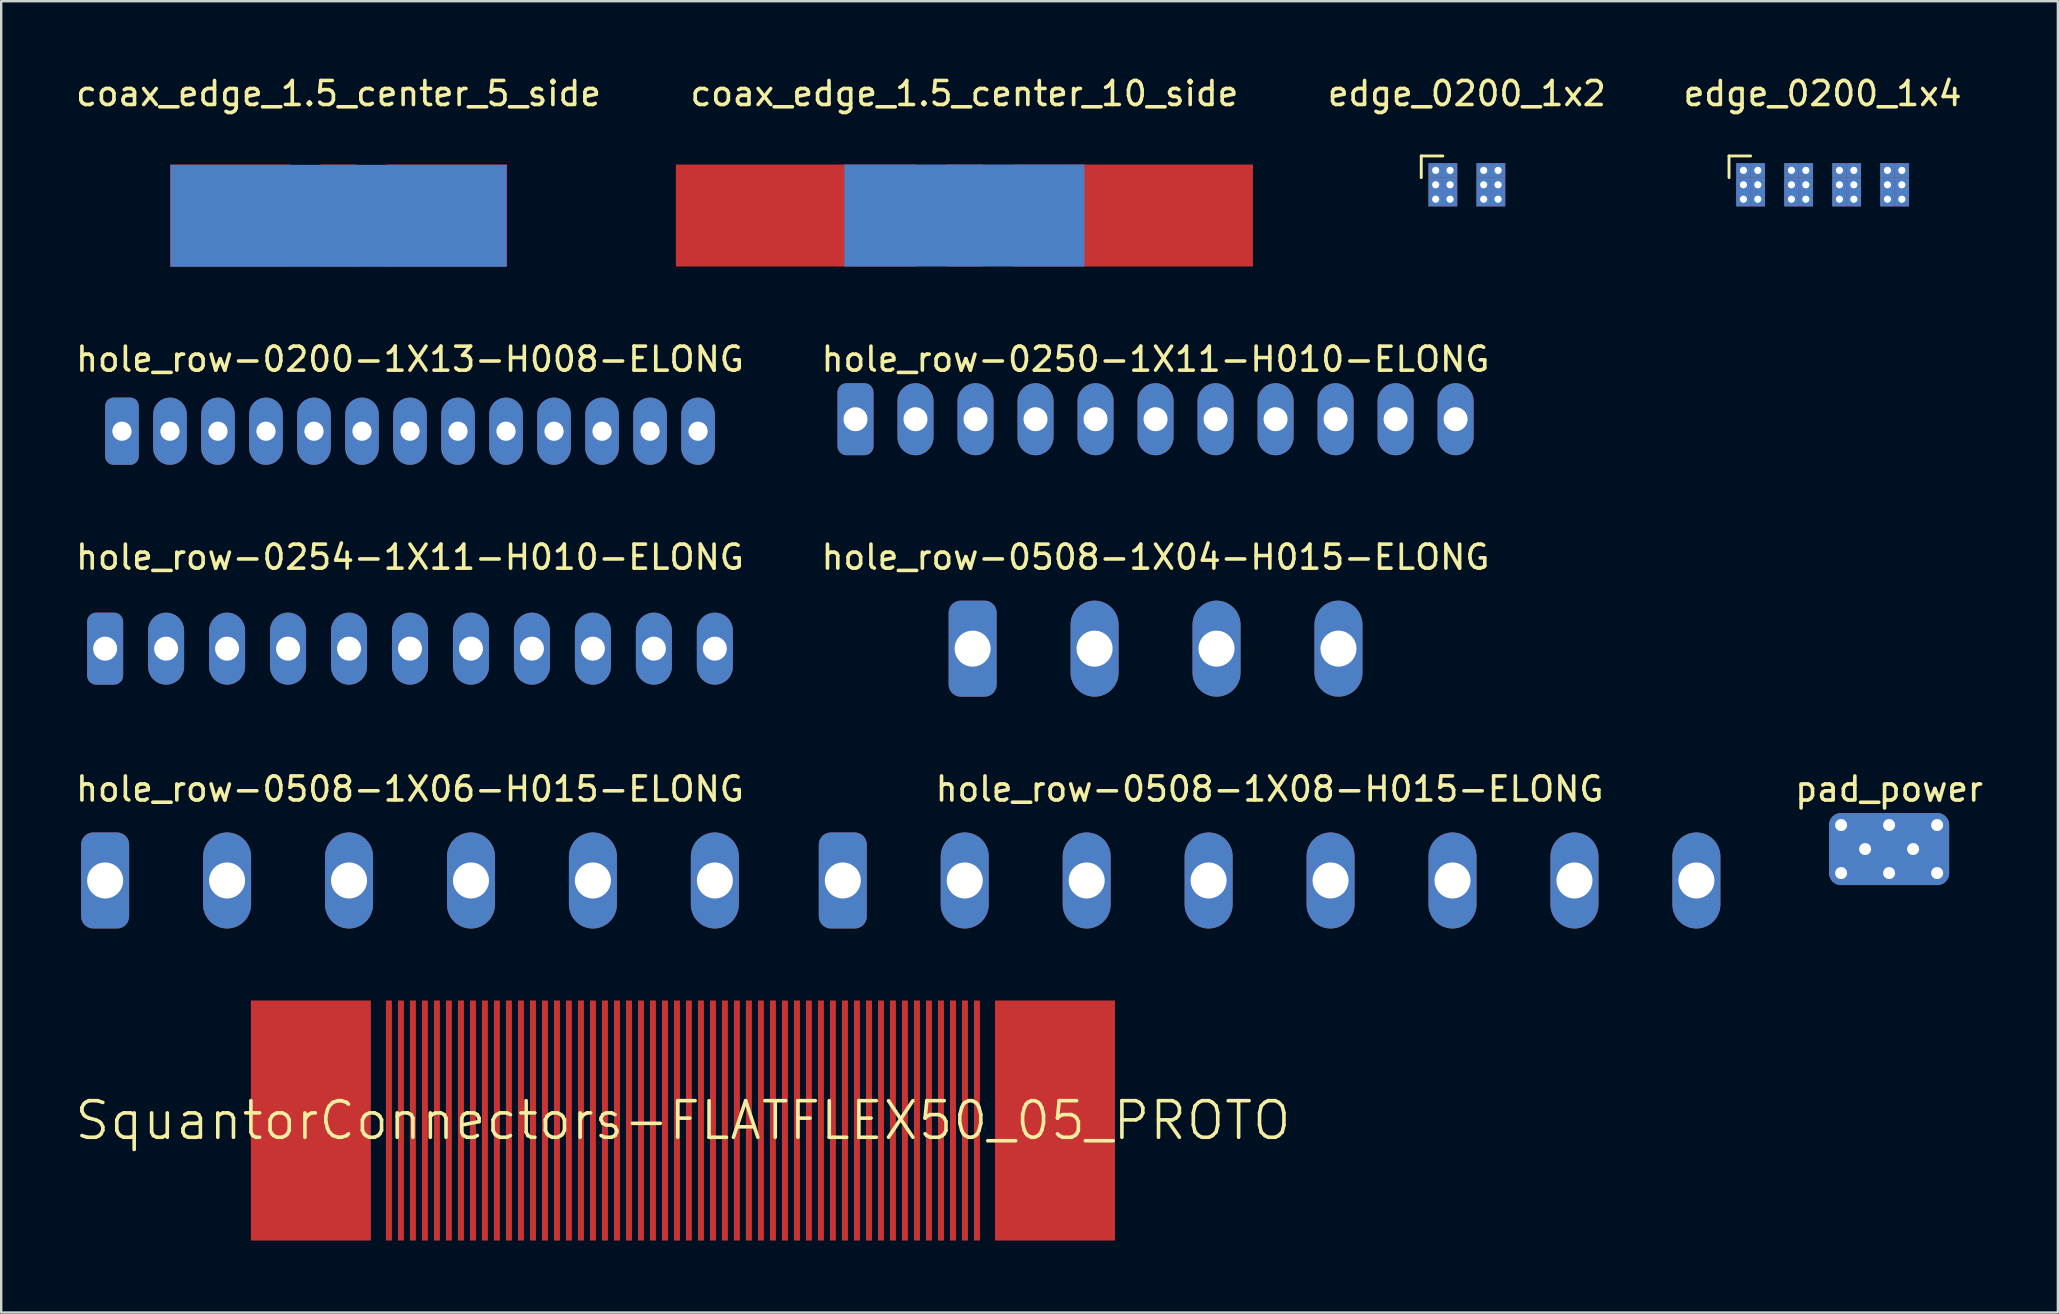
<source format=kicad_pcb>
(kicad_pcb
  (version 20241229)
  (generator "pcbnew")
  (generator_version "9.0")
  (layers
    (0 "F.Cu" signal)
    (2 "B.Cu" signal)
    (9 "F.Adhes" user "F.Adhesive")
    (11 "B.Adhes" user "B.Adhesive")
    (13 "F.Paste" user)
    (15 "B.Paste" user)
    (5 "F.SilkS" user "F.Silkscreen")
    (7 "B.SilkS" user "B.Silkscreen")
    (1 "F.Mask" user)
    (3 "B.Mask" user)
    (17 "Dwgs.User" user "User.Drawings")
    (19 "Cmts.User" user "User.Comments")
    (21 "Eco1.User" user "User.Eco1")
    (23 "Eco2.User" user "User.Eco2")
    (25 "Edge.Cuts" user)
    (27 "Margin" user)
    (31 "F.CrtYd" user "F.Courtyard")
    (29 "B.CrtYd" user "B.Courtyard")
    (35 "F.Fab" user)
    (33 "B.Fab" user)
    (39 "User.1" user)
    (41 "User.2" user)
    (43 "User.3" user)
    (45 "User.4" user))
  (footprint "hole_row-0250-1X11-H010-ELONG"
    (layer "F.Cu")
    (at 45.089 14.414)
    (property "Reference" "hole_row-0250-1X11-H010-ELONG" (at 0 -2.5 0) (layer "F.SilkS") (effects (font (size 1 1) (thickness 0.15))))
    (attr through_hole)
    (pad "1" thru_hole roundrect (at -12.5 0) (size 1.5 3) (drill 1) (layers "*.Cu" "*.Mask") (roundrect_rratio 0.25))
    (pad "2" thru_hole oval (at -10 0) (size 1.5 3) (drill 1) (layers "*.Cu" "*.Mask"))
    (pad "3" thru_hole oval (at -7.5 0) (size 1.5 3) (drill 1) (layers "*.Cu" "*.Mask"))
    (pad "4" thru_hole oval (at -5 0) (size 1.5 3) (drill 1) (layers "*.Cu" "*.Mask"))
    (pad "5" thru_hole oval (at -2.5 0) (size 1.5 3) (drill 1) (layers "*.Cu" "*.Mask"))
    (pad "6" thru_hole oval (at 0 0) (size 1.5 3) (drill 1) (layers "*.Cu" "*.Mask"))
    (pad "7" thru_hole oval (at 2.5 0) (size 1.5 3) (drill 1) (layers "*.Cu" "*.Mask"))
    (pad "8" thru_hole oval (at 5 0) (size 1.5 3) (drill 1) (layers "*.Cu" "*.Mask"))
    (pad "9" thru_hole oval (at 7.5 0) (size 1.5 3) (drill 1) (layers "*.Cu" "*.Mask"))
    (pad "10" thru_hole oval (at 10 0) (size 1.5 3) (drill 1) (layers "*.Cu" "*.Mask"))
    (pad "11" thru_hole oval (at 12.5 0) (size 1.5 3) (drill 1) (layers "*.Cu" "*.Mask")))
  (footprint "hole_row-0254-1X11-H010-ELONG"
    (layer "F.Cu")
    (at 14.03 23.972)
    (property "Reference" "hole_row-0254-1X11-H010-ELONG" (at 0 -3.81 0) (layer "F.SilkS") (effects (font (size 1 1) (thickness 0.15))))
    (attr through_hole)
    (pad "1" thru_hole roundrect (at -12.7 0) (size 1.5 3) (drill 1) (layers "*.Cu" "*.Mask") (roundrect_rratio 0.25))
    (pad "2" thru_hole oval (at -10.16 0) (size 1.5 3) (drill 1) (layers "*.Cu" "*.Mask"))
    (pad "3" thru_hole oval (at -7.62 0) (size 1.5 3) (drill 1) (layers "*.Cu" "*.Mask"))
    (pad "4" thru_hole oval (at -5.08 0) (size 1.5 3) (drill 1) (layers "*.Cu" "*.Mask"))
    (pad "5" thru_hole oval (at -2.54 0) (size 1.5 3) (drill 1) (layers "*.Cu" "*.Mask"))
    (pad "6" thru_hole oval (at 0 0) (size 1.5 3) (drill 1) (layers "*.Cu" "*.Mask"))
    (pad "7" thru_hole oval (at 2.54 0) (size 1.5 3) (drill 1) (layers "*.Cu" "*.Mask"))
    (pad "8" thru_hole oval (at 5.08 0) (size 1.5 3) (drill 1) (layers "*.Cu" "*.Mask"))
    (pad "9" thru_hole oval (at 7.62 0) (size 1.5 3) (drill 1) (layers "*.Cu" "*.Mask"))
    (pad "10" thru_hole oval (at 10.16 0) (size 1.5 3) (drill 1) (layers "*.Cu" "*.Mask"))
    (pad "11" thru_hole oval (at 12.7 0) (size 1.5 3) (drill 1) (layers "*.Cu" "*.Mask")))
  (footprint "coax_edge_1.5_center_10_side"
    (layer "F.Cu")
    (at 37.127 5.928)
    (property "Reference" "coax_edge_1.5_center_10_side" (at 0 -5.08 0) (layer "F.SilkS") (effects (font (size 1 1) (thickness 0.15))))
    (attr through_hole)
    (pad "1" smd rect (at -7.02 0) (size 10 4.25) (layers "F.Cu" "F.Mask" "F.Paste"))
    (pad "1" smd rect (at 0 0) (size 10 4.25) (layers "B.Cu" "B.Mask" "B.Paste"))
    (pad "1" smd rect (at 7.02 0) (size 10 4.25) (layers "F.Cu" "F.Mask" "F.Paste"))
    (pad "2" smd rect (at 0 0) (size 1.5 4.25) (layers "F.Cu" "F.Mask" "F.Paste")))
  (footprint "pad_power"
    (layer "F.Cu")
    (at 75.649 32.321)
    (property "Reference" "pad_power" (at 0 -2.5 0) (unlocked yes) (layer "F.SilkS") (effects (font (size 1 1) (thickness 0.15))))
    (attr smd)
    (pad "1" thru_hole circle (at -2 -1) (size 1 1) (drill 0.5) (layers "*.Cu" "*.Mask"))
    (pad "1" thru_hole circle (at -2 1) (size 1 1) (drill 0.5) (layers "*.Cu" "*.Mask"))
    (pad "1" thru_hole circle (at -1 0) (size 1 1) (drill 0.5) (layers "*.Cu" "*.Mask"))
    (pad "1" thru_hole circle (at 0 -1) (size 1 1) (drill 0.5) (layers "*.Cu" "*.Mask"))
    (pad "1" smd roundrect (at 0 0) (size 5 3) (layers "F.Cu" "F.Mask") (roundrect_rratio 0.167))
    (pad "1" smd roundrect (at 0 0) (size 5 3) (layers "B.Cu" "B.Mask") (roundrect_rratio 0.167))
    (pad "1" thru_hole circle (at 0 1) (size 1 1) (drill 0.5) (layers "*.Cu" "*.Mask"))
    (pad "1" thru_hole circle (at 1 0) (size 1 1) (drill 0.5) (layers "*.Cu" "*.Mask"))
    (pad "1" thru_hole circle (at 2 -1) (size 1 1) (drill 0.5) (layers "*.Cu" "*.Mask"))
    (pad "1" thru_hole circle (at 2 1) (size 1 1) (drill 0.5) (layers "*.Cu" "*.Mask")))
  (footprint "edge_0200_1x4"
    (layer "F.Cu")
    (at 72.879 4.648)
    (property "Reference" "edge_0200_1x4" (at 0 -3.8 0) (layer "F.SilkS") (effects (font (size 1 1) (thickness 0.15))))
    (attr through_hole)
    (fp_line (start -3.9 -1.2) (end -3 -1.2) (stroke (width 0.12) (type solid)) (layer "F.SilkS"))
    (fp_line (start -3.9 -0.3) (end -3.9 -1.2) (stroke (width 0.12) (type solid)) (layer "F.SilkS"))
    (pad "1" thru_hole rect (at -3.3 -0.6) (size 0.6 0.6) (drill 0.3) (layers "*.Cu" "*.Mask"))
    (pad "1" thru_hole rect (at -3.3 0) (size 0.6 0.6) (drill 0.3) (layers "*.Cu" "*.Mask"))
    (pad "1" thru_hole rect (at -3.3 0.6) (size 0.6 0.6) (drill 0.3) (layers "*.Cu" "*.Mask"))
    (pad "1" thru_hole rect (at -2.7 -0.6) (size 0.6 0.6) (drill 0.3) (layers "*.Cu" "*.Mask"))
    (pad "1" thru_hole rect (at -2.7 0) (size 0.6 0.6) (drill 0.3) (layers "*.Cu" "*.Mask"))
    (pad "1" thru_hole rect (at -2.7 0.6) (size 0.6 0.6) (drill 0.3) (layers "*.Cu" "*.Mask"))
    (pad "2" thru_hole rect (at -1.3 -0.6) (size 0.6 0.6) (drill 0.3) (layers "*.Cu" "*.Mask"))
    (pad "2" thru_hole rect (at -1.3 0) (size 0.6 0.6) (drill 0.3) (layers "*.Cu" "*.Mask"))
    (pad "2" thru_hole rect (at -1.3 0.6) (size 0.6 0.6) (drill 0.3) (layers "*.Cu" "*.Mask"))
    (pad "2" thru_hole rect (at -0.7 -0.6) (size 0.6 0.6) (drill 0.3) (layers "*.Cu" "*.Mask"))
    (pad "2" thru_hole rect (at -0.7 0) (size 0.6 0.6) (drill 0.3) (layers "*.Cu" "*.Mask"))
    (pad "2" thru_hole rect (at -0.7 0.6) (size 0.6 0.6) (drill 0.3) (layers "*.Cu" "*.Mask"))
    (pad "3" thru_hole rect (at 0.7 -0.6 90) (size 0.6 0.6) (drill 0.3) (layers "*.Cu" "*.Mask"))
    (pad "3" thru_hole rect (at 0.7 0) (size 0.6 0.6) (drill 0.3) (layers "*.Cu" "*.Mask"))
    (pad "3" thru_hole rect (at 0.7 0.6) (size 0.6 0.6) (drill 0.3) (layers "*.Cu" "*.Mask"))
    (pad "3" thru_hole rect (at 1.3 -0.6) (size 0.6 0.6) (drill 0.3) (layers "*.Cu" "*.Mask"))
    (pad "3" thru_hole rect (at 1.3 0) (size 0.6 0.6) (drill 0.3) (layers "*.Cu" "*.Mask"))
    (pad "3" thru_hole rect (at 1.3 0.6) (size 0.6 0.6) (drill 0.3) (layers "*.Cu" "*.Mask"))
    (pad "4" thru_hole rect (at 2.7 -0.6 90) (size 0.6 0.6) (drill 0.3) (layers "*.Cu" "*.Mask"))
    (pad "4" thru_hole rect (at 2.7 0) (size 0.6 0.6) (drill 0.3) (layers "*.Cu" "*.Mask"))
    (pad "4" thru_hole rect (at 2.7 0.6) (size 0.6 0.6) (drill 0.3) (layers "*.Cu" "*.Mask"))
    (pad "4" thru_hole rect (at 3.3 -0.6) (size 0.6 0.6) (drill 0.3) (layers "*.Cu" "*.Mask"))
    (pad "4" thru_hole rect (at 3.3 0) (size 0.6 0.6) (drill 0.3) (layers "*.Cu" "*.Mask"))
    (pad "4" thru_hole rect (at 3.3 0.6) (size 0.6 0.6) (drill 0.3) (layers "*.Cu" "*.Mask")))
  (footprint "hole_row-0200-1X13-H008-ELONG"
    (layer "F.Cu")
    (at 14.03 14.914)
    (property "Reference" "hole_row-0200-1X13-H008-ELONG" (at 0 -3 0) (layer "F.SilkS") (effects (font (size 1 1) (thickness 0.15))))
    (attr through_hole)
    (pad "1" thru_hole roundrect (at -12 0) (size 1.4 2.8) (drill 0.8) (layers "*.Cu" "*.Mask") (roundrect_rratio 0.25))
    (pad "2" thru_hole oval (at -10 0) (size 1.4 2.8) (drill 0.8) (layers "*.Cu" "*.Mask"))
    (pad "3" thru_hole oval (at -8 0) (size 1.4 2.8) (drill 0.8) (layers "*.Cu" "*.Mask"))
    (pad "4" thru_hole oval (at -6 0) (size 1.4 2.8) (drill 0.8) (layers "*.Cu" "*.Mask"))
    (pad "5" thru_hole oval (at -4 0) (size 1.4 2.8) (drill 0.8) (layers "*.Cu" "*.Mask"))
    (pad "6" thru_hole oval (at -2 0) (size 1.4 2.8) (drill 0.8) (layers "*.Cu" "*.Mask"))
    (pad "7" thru_hole oval (at 0 0) (size 1.4 2.8) (drill 0.8) (layers "*.Cu" "*.Mask"))
    (pad "8" thru_hole oval (at 2 0) (size 1.4 2.8) (drill 0.8) (layers "*.Cu" "*.Mask"))
    (pad "9" thru_hole oval (at 4 0) (size 1.4 2.8) (drill 0.8) (layers "*.Cu" "*.Mask"))
    (pad "10" thru_hole oval (at 6 0) (size 1.4 2.8) (drill 0.8) (layers "*.Cu" "*.Mask"))
    (pad "11" thru_hole oval (at 8 0) (size 1.4 2.8) (drill 0.8) (layers "*.Cu" "*.Mask"))
    (pad "12" thru_hole oval (at 10 0) (size 1.4 2.8) (drill 0.8) (layers "*.Cu" "*.Mask"))
    (pad "13" thru_hole oval (at 12 0) (size 1.4 2.8) (drill 0.8) (layers "*.Cu" "*.Mask")))
  (footprint "SquantorConnectors-FLATFLEX50_05_PROTO"
    (layer "F.Cu")
    (at 25.4 43.63)
    (property "Reference" "SquantorConnectors-FLATFLEX50_05_PROTO" (at 0 0 0) (layer "F.SilkS") (effects (font (size 1.524 1.524) (thickness 0.15))))
    (attr smd)
    (pad "1" smd rect (at -12.248 0 90) (size 10 0.249) (layers "F.Cu" "F.Mask" "F.Paste"))
    (pad "2" smd rect (at -11.748 0 90) (size 10 0.249) (layers "F.Cu" "F.Mask" "F.Paste"))
    (pad "3" smd rect (at -11.25 0 90) (size 10 0.249) (layers "F.Cu" "F.Mask" "F.Paste"))
    (pad "4" smd rect (at -10.749 0 90) (size 10 0.249) (layers "F.Cu" "F.Mask" "F.Paste"))
    (pad "5" smd rect (at -10.249 0 90) (size 10 0.249) (layers "F.Cu" "F.Mask" "F.Paste"))
    (pad "6" smd rect (at -9.749 0 90) (size 10 0.249) (layers "F.Cu" "F.Mask" "F.Paste"))
    (pad "7" smd rect (at -9.248 0 90) (size 10 0.249) (layers "F.Cu" "F.Mask" "F.Paste"))
    (pad "8" smd rect (at -8.748 0 90) (size 10 0.249) (layers "F.Cu" "F.Mask" "F.Paste"))
    (pad "9" smd rect (at -8.25 0 90) (size 10 0.249) (layers "F.Cu" "F.Mask" "F.Paste"))
    (pad "10" smd rect (at -7.75 0 90) (size 10 0.249) (layers "F.Cu" "F.Mask" "F.Paste"))
    (pad "11" smd rect (at -7.249 0 90) (size 10 0.249) (layers "F.Cu" "F.Mask" "F.Paste"))
    (pad "12" smd rect (at -6.749 0 90) (size 10 0.249) (layers "F.Cu" "F.Mask" "F.Paste"))
    (pad "13" smd rect (at -6.248 0 90) (size 10 0.249) (layers "F.Cu" "F.Mask" "F.Paste"))
    (pad "14" smd rect (at -5.748 0 90) (size 10 0.249) (layers "F.Cu" "F.Mask" "F.Paste"))
    (pad "15" smd rect (at -5.248 0 90) (size 10 0.249) (layers "F.Cu" "F.Mask" "F.Paste"))
    (pad "16" smd rect (at -4.75 0 90) (size 10 0.249) (layers "F.Cu" "F.Mask" "F.Paste"))
    (pad "17" smd rect (at -4.249 0 90) (size 10 0.249) (layers "F.Cu" "F.Mask" "F.Paste"))
    (pad "18" smd rect (at -3.749 0 90) (size 10 0.249) (layers "F.Cu" "F.Mask" "F.Paste"))
    (pad "19" smd rect (at -3.249 0 90) (size 10 0.249) (layers "F.Cu" "F.Mask" "F.Paste"))
    (pad "20" smd rect (at -2.748 0 90) (size 10 0.249) (layers "F.Cu" "F.Mask" "F.Paste"))
    (pad "21" smd rect (at -2.248 0 90) (size 10 0.249) (layers "F.Cu" "F.Mask" "F.Paste"))
    (pad "22" smd rect (at -1.748 0 90) (size 10 0.249) (layers "F.Cu" "F.Mask" "F.Paste"))
    (pad "23" smd rect (at -1.25 0 90) (size 10 0.249) (layers "F.Cu" "F.Mask" "F.Paste"))
    (pad "24" smd rect (at -0.749 0 90) (size 10 0.249) (layers "F.Cu" "F.Mask" "F.Paste"))
    (pad "25" smd rect (at -0.249 0 90) (size 10 0.249) (layers "F.Cu" "F.Mask" "F.Paste"))
    (pad "26" smd rect (at 0.249 0 90) (size 10 0.249) (layers "F.Cu" "F.Mask" "F.Paste"))
    (pad "27" smd rect (at 0.749 0 90) (size 10 0.249) (layers "F.Cu" "F.Mask" "F.Paste"))
    (pad "28" smd rect (at 1.25 0 90) (size 10 0.249) (layers "F.Cu" "F.Mask" "F.Paste"))
    (pad "29" smd rect (at 1.748 0 90) (size 10 0.249) (layers "F.Cu" "F.Mask" "F.Paste"))
    (pad "30" smd rect (at 2.248 0 90) (size 10 0.249) (layers "F.Cu" "F.Mask" "F.Paste"))
    (pad "31" smd rect (at 2.748 0 90) (size 10 0.249) (layers "F.Cu" "F.Mask" "F.Paste"))
    (pad "32" smd rect (at 3.249 0 90) (size 10 0.249) (layers "F.Cu" "F.Mask" "F.Paste"))
    (pad "33" smd rect (at 3.749 0 90) (size 10 0.249) (layers "F.Cu" "F.Mask" "F.Paste"))
    (pad "34" smd rect (at 4.249 0 90) (size 10 0.249) (layers "F.Cu" "F.Mask" "F.Paste"))
    (pad "35" smd rect (at 4.75 0 90) (size 10 0.249) (layers "F.Cu" "F.Mask" "F.Paste"))
    (pad "36" smd rect (at 5.248 0 90) (size 10 0.249) (layers "F.Cu" "F.Mask" "F.Paste"))
    (pad "37" smd rect (at 5.748 0 90) (size 10 0.249) (layers "F.Cu" "F.Mask" "F.Paste"))
    (pad "38" smd rect (at 6.248 0 90) (size 10 0.249) (layers "F.Cu" "F.Mask" "F.Paste"))
    (pad "39" smd rect (at 6.749 0 90) (size 10 0.249) (layers "F.Cu" "F.Mask" "F.Paste"))
    (pad "40" smd rect (at 7.249 0 90) (size 10 0.249) (layers "F.Cu" "F.Mask" "F.Paste"))
    (pad "41" smd rect (at 7.75 0 90) (size 10 0.249) (layers "F.Cu" "F.Mask" "F.Paste"))
    (pad "42" smd rect (at 8.25 0 90) (size 10 0.249) (layers "F.Cu" "F.Mask" "F.Paste"))
    (pad "43" smd rect (at 8.748 0 90) (size 10 0.249) (layers "F.Cu" "F.Mask" "F.Paste"))
    (pad "44" smd rect (at 9.248 0 90) (size 10 0.249) (layers "F.Cu" "F.Mask" "F.Paste"))
    (pad "45" smd rect (at 9.749 0 90) (size 10 0.249) (layers "F.Cu" "F.Mask" "F.Paste"))
    (pad "46" smd rect (at 10.249 0 90) (size 10 0.249) (layers "F.Cu" "F.Mask" "F.Paste"))
    (pad "47" smd rect (at 10.749 0 90) (size 10 0.249) (layers "F.Cu" "F.Mask" "F.Paste"))
    (pad "48" smd rect (at 11.25 0 90) (size 10 0.249) (layers "F.Cu" "F.Mask" "F.Paste"))
    (pad "49" smd rect (at 11.748 0 90) (size 10 0.249) (layers "F.Cu" "F.Mask" "F.Paste"))
    (pad "50" smd rect (at 12.248 0 90) (size 10 0.249) (layers "F.Cu" "F.Mask" "F.Paste"))
    (pad "CLIP" smd rect (at -15.499 0 90) (size 10 4.999) (layers "F.Cu" "F.Mask" "F.Paste"))
    (pad "CLIP" smd rect (at 15.499 0 90) (size 10 4.999) (layers "F.Cu" "F.Mask" "F.Paste")))
  (footprint "hole_row-0508-1X08-H015-ELONG"
    (layer "F.Cu")
    (at 49.84 33.63)
    (property "Reference" "hole_row-0508-1X08-H015-ELONG" (at 0 -3.81 0) (layer "F.SilkS") (effects (font (size 1 1) (thickness 0.15))))
    (attr through_hole)
    (pad "1" thru_hole roundrect (at -17.78 0) (size 2 4) (drill 1.5) (layers "*.Cu" "*.Mask") (roundrect_rratio 0.25))
    (pad "2" thru_hole oval (at -12.7 0) (size 2 4) (drill 1.5) (layers "*.Cu" "*.Mask"))
    (pad "3" thru_hole oval (at -7.62 0) (size 2 4) (drill 1.5) (layers "*.Cu" "*.Mask"))
    (pad "4" thru_hole oval (at -2.54 0) (size 2 4) (drill 1.5) (layers "*.Cu" "*.Mask"))
    (pad "5" thru_hole oval (at 2.54 0) (size 2 4) (drill 1.5) (layers "*.Cu" "*.Mask"))
    (pad "6" thru_hole oval (at 7.62 0) (size 2 4) (drill 1.5) (layers "*.Cu" "*.Mask"))
    (pad "7" thru_hole oval (at 12.7 0) (size 2 4) (drill 1.5) (layers "*.Cu" "*.Mask"))
    (pad "8" thru_hole oval (at 17.78 0) (size 2 4) (drill 1.5) (layers "*.Cu" "*.Mask")))
  (footprint "coax_edge_1.5_center_5_side"
    (layer "F.Cu")
    (at 11.054 5.928)
    (property "Reference" "coax_edge_1.5_center_5_side" (at 0 -5.08 0) (layer "F.SilkS") (effects (font (size 1 1) (thickness 0.15))))
    (attr through_hole)
    (pad "1" smd rect (at 0 0) (size 1.5 4.25) (layers "F.Cu" "F.Mask" "F.Paste"))
    (pad "2" smd rect (at -4.52 0) (size 5 4.25) (layers "F.Cu" "F.Mask" "F.Paste"))
    (pad "2" smd rect (at 0 0.013) (size 14 4.25) (layers "B.Cu" "B.Mask" "B.Paste"))
    (pad "2" smd rect (at 4.52 0) (size 5 4.25) (layers "F.Cu" "F.Mask" "F.Paste")))
  (footprint "hole_row-0508-1X04-H015-ELONG"
    (layer "F.Cu")
    (at 45.089 23.972)
    (property "Reference" "hole_row-0508-1X04-H015-ELONG" (at 0 -3.81 0) (layer "F.SilkS") (effects (font (size 1 1) (thickness 0.15))))
    (attr through_hole)
    (pad "1" thru_hole roundrect (at -7.62 0) (size 2 4) (drill 1.5) (layers "*.Cu" "*.Mask") (roundrect_rratio 0.25))
    (pad "2" thru_hole oval (at -2.54 0) (size 2 4) (drill 1.5) (layers "*.Cu" "*.Mask"))
    (pad "3" thru_hole oval (at 2.54 0) (size 2 4) (drill 1.5) (layers "*.Cu" "*.Mask"))
    (pad "4" thru_hole oval (at 7.62 0) (size 2 4) (drill 1.5) (layers "*.Cu" "*.Mask")))
  (footprint "hole_row-0508-1X06-H015-ELONG"
    (layer "F.Cu")
    (at 14.03 33.63)
    (property "Reference" "hole_row-0508-1X06-H015-ELONG" (at 0 -3.81 0) (layer "F.SilkS") (effects (font (size 1 1) (thickness 0.15))))
    (attr through_hole)
    (pad "1" thru_hole roundrect (at -12.7 0) (size 2 4) (drill 1.5) (layers "*.Cu" "*.Mask") (roundrect_rratio 0.25))
    (pad "2" thru_hole oval (at -7.62 0) (size 2 4) (drill 1.5) (layers "*.Cu" "*.Mask"))
    (pad "3" thru_hole oval (at -2.54 0) (size 2 4) (drill 1.5) (layers "*.Cu" "*.Mask"))
    (pad "4" thru_hole oval (at 2.54 0) (size 2 4) (drill 1.5) (layers "*.Cu" "*.Mask"))
    (pad "5" thru_hole oval (at 7.62 0) (size 2 4) (drill 1.5) (layers "*.Cu" "*.Mask"))
    (pad "6" thru_hole oval (at 12.7 0) (size 2 4) (drill 1.5) (layers "*.Cu" "*.Mask")))
  (footprint "edge_0200_1x2"
    (layer "F.Cu")
    (at 58.058 4.648)
    (property "Reference" "edge_0200_1x2" (at 0 -3.8 0) (layer "F.SilkS") (effects (font (size 1 1) (thickness 0.15))))
    (attr through_hole)
    (fp_line (start -1.9 -1.2) (end -1 -1.2) (stroke (width 0.12) (type solid)) (layer "F.SilkS"))
    (fp_line (start -1.9 -0.3) (end -1.9 -1.2) (stroke (width 0.12) (type solid)) (layer "F.SilkS"))
    (pad "1" thru_hole rect (at -1.3 -0.6) (size 0.6 0.6) (drill 0.3) (layers "*.Cu" "*.Mask"))
    (pad "1" thru_hole rect (at -1.3 0) (size 0.6 0.6) (drill 0.3) (layers "*.Cu" "*.Mask"))
    (pad "1" thru_hole rect (at -1.3 0.6) (size 0.6 0.6) (drill 0.3) (layers "*.Cu" "*.Mask"))
    (pad "1" thru_hole rect (at -0.7 -0.6) (size 0.6 0.6) (drill 0.3) (layers "*.Cu" "*.Mask"))
    (pad "1" thru_hole rect (at -0.7 0) (size 0.6 0.6) (drill 0.3) (layers "*.Cu" "*.Mask"))
    (pad "1" thru_hole rect (at -0.7 0.6) (size 0.6 0.6) (drill 0.3) (layers "*.Cu" "*.Mask"))
    (pad "2" thru_hole rect (at 0.7 -0.6) (size 0.6 0.6) (drill 0.3) (layers "*.Cu" "*.Mask"))
    (pad "2" thru_hole rect (at 0.7 0) (size 0.6 0.6) (drill 0.3) (layers "*.Cu" "*.Mask"))
    (pad "2" thru_hole rect (at 0.7 0.6) (size 0.6 0.6) (drill 0.3) (layers "*.Cu" "*.Mask"))
    (pad "2" thru_hole rect (at 1.3 -0.6) (size 0.6 0.6) (drill 0.3) (layers "*.Cu" "*.Mask"))
    (pad "2" thru_hole rect (at 1.3 0) (size 0.6 0.6) (drill 0.3) (layers "*.Cu" "*.Mask"))
    (pad "2" thru_hole rect (at 1.3 0.6) (size 0.6 0.6) (drill 0.3) (layers "*.Cu" "*.Mask")))
  (gr_rect
    (start -3 -3)
    (end 82.679 51.63)
    (stroke (width 0.1) (type default))
    (fill no)
    (layer "Edge.Cuts")))
</source>
